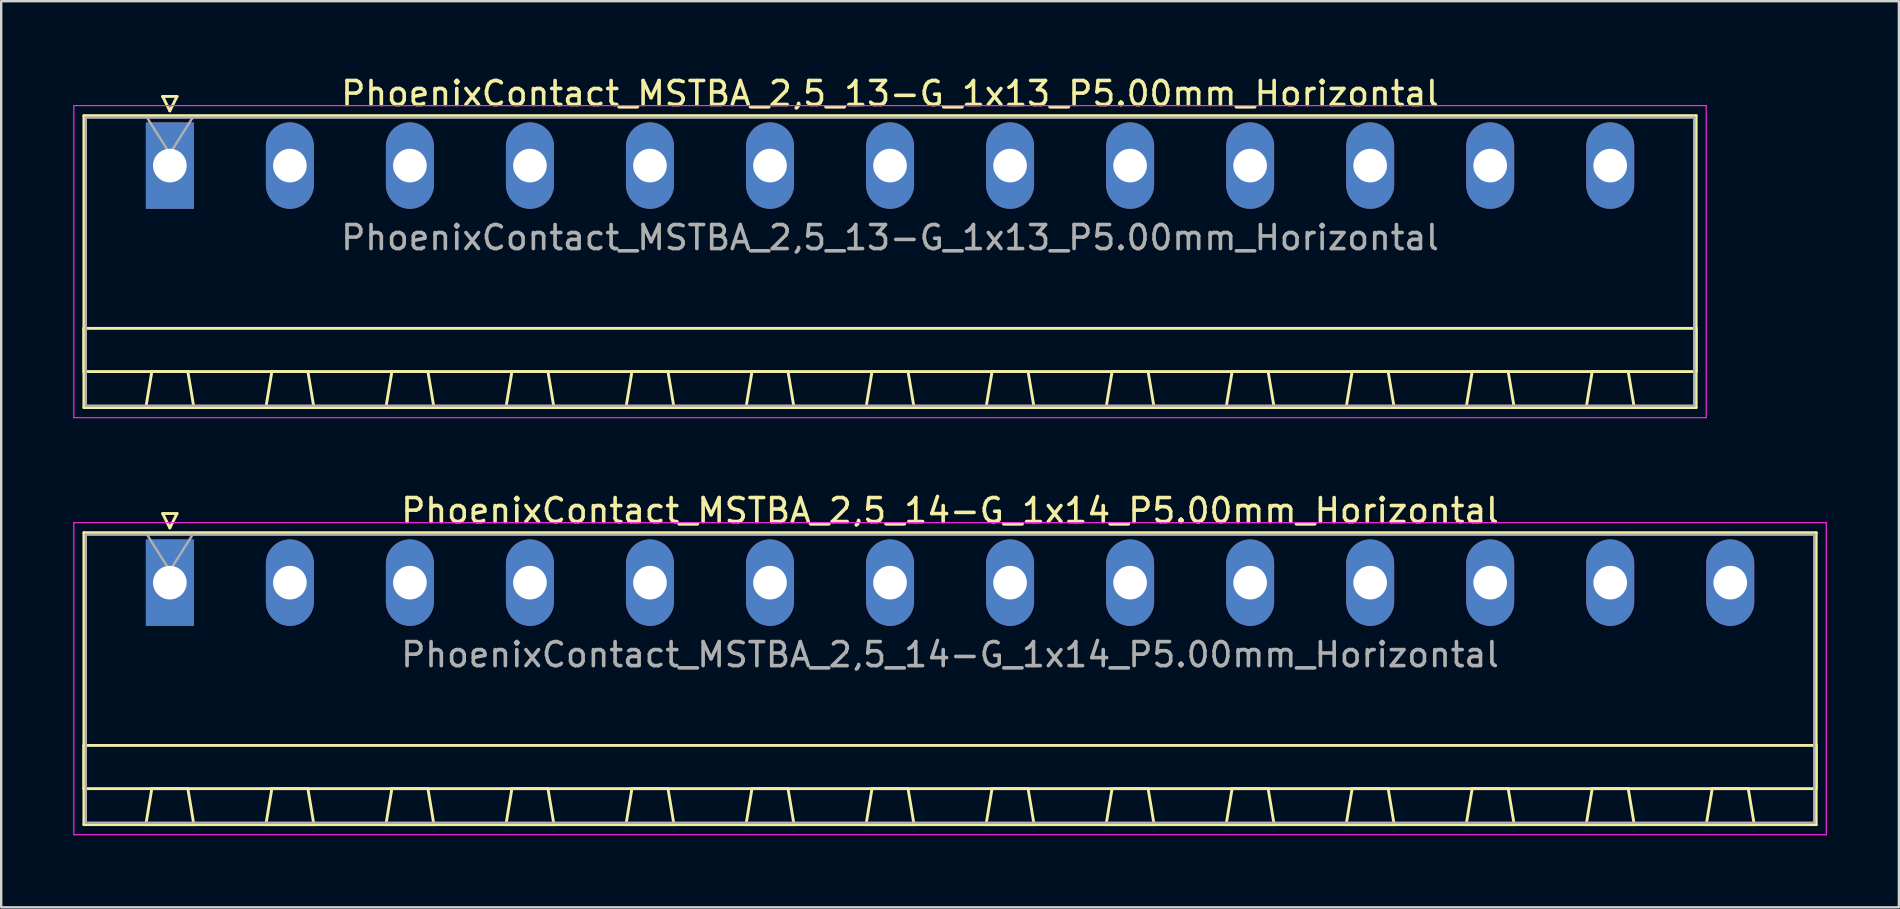
<source format=kicad_pcb>
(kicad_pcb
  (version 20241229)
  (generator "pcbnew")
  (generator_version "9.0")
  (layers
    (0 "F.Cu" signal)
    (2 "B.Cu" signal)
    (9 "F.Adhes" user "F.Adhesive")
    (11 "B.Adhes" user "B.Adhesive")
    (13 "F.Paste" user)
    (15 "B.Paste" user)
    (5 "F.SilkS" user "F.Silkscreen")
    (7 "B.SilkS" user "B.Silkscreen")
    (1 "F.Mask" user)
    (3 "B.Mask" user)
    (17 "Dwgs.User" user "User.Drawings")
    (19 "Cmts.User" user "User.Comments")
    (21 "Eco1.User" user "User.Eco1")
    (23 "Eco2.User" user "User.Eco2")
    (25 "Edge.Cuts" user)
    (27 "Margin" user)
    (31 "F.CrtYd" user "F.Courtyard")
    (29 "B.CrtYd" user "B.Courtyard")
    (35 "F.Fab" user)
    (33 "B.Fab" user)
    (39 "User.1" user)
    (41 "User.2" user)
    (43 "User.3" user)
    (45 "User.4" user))
  (footprint "PhoenixContact_MSTBA_2,5_14-G_1x14_P5.00mm_Horizontal"
    (layer "F.Cu")
    (at 4.025 21.221)
    (property "Reference" "PhoenixContact_MSTBA_2,5_14-G_1x14_P5.00mm_Horizontal" (at 32.5 -3 0) (layer "F.SilkS") (effects (font (size 1 1) (thickness 0.15))))
    (attr through_hole)
    (fp_line (start -3.58 -2.08) (end -3.58 10.08) (stroke (width 0.12) (type solid)) (layer "F.SilkS"))
    (fp_line (start -3.58 6.78) (end 68.58 6.78) (stroke (width 0.12) (type solid)) (layer "F.SilkS"))
    (fp_line (start -3.58 8.58) (end -3.58 6.78) (stroke (width 0.12) (type solid)) (layer "F.SilkS"))
    (fp_line (start -3.58 10.08) (end 68.58 10.08) (stroke (width 0.12) (type solid)) (layer "F.SilkS"))
    (fp_line (start -1 10.08) (end 1 10.08) (stroke (width 0.12) (type solid)) (layer "F.SilkS"))
    (fp_line (start -0.75 8.58) (end -1 10.08) (stroke (width 0.12) (type solid)) (layer "F.SilkS"))
    (fp_line (start -0.3 -2.88) (end 0.3 -2.88) (stroke (width 0.12) (type solid)) (layer "F.SilkS"))
    (fp_line (start 0 -2.28) (end -0.3 -2.88) (stroke (width 0.12) (type solid)) (layer "F.SilkS"))
    (fp_line (start 0.3 -2.88) (end 0 -2.28) (stroke (width 0.12) (type solid)) (layer "F.SilkS"))
    (fp_line (start 0.75 8.58) (end -0.75 8.58) (stroke (width 0.12) (type solid)) (layer "F.SilkS"))
    (fp_line (start 1 10.08) (end 0.75 8.58) (stroke (width 0.12) (type solid)) (layer "F.SilkS"))
    (fp_line (start 4 10.08) (end 6 10.08) (stroke (width 0.12) (type solid)) (layer "F.SilkS"))
    (fp_line (start 4.25 8.58) (end 4 10.08) (stroke (width 0.12) (type solid)) (layer "F.SilkS"))
    (fp_line (start 5.75 8.58) (end 4.25 8.58) (stroke (width 0.12) (type solid)) (layer "F.SilkS"))
    (fp_line (start 6 10.08) (end 5.75 8.58) (stroke (width 0.12) (type solid)) (layer "F.SilkS"))
    (fp_line (start 9 10.08) (end 11 10.08) (stroke (width 0.12) (type solid)) (layer "F.SilkS"))
    (fp_line (start 9.25 8.58) (end 9 10.08) (stroke (width 0.12) (type solid)) (layer "F.SilkS"))
    (fp_line (start 10.75 8.58) (end 9.25 8.58) (stroke (width 0.12) (type solid)) (layer "F.SilkS"))
    (fp_line (start 11 10.08) (end 10.75 8.58) (stroke (width 0.12) (type solid)) (layer "F.SilkS"))
    (fp_line (start 14 10.08) (end 16 10.08) (stroke (width 0.12) (type solid)) (layer "F.SilkS"))
    (fp_line (start 14.25 8.58) (end 14 10.08) (stroke (width 0.12) (type solid)) (layer "F.SilkS"))
    (fp_line (start 15.75 8.58) (end 14.25 8.58) (stroke (width 0.12) (type solid)) (layer "F.SilkS"))
    (fp_line (start 16 10.08) (end 15.75 8.58) (stroke (width 0.12) (type solid)) (layer "F.SilkS"))
    (fp_line (start 19 10.08) (end 21 10.08) (stroke (width 0.12) (type solid)) (layer "F.SilkS"))
    (fp_line (start 19.25 8.58) (end 19 10.08) (stroke (width 0.12) (type solid)) (layer "F.SilkS"))
    (fp_line (start 20.75 8.58) (end 19.25 8.58) (stroke (width 0.12) (type solid)) (layer "F.SilkS"))
    (fp_line (start 21 10.08) (end 20.75 8.58) (stroke (width 0.12) (type solid)) (layer "F.SilkS"))
    (fp_line (start 24 10.08) (end 26 10.08) (stroke (width 0.12) (type solid)) (layer "F.SilkS"))
    (fp_line (start 24.25 8.58) (end 24 10.08) (stroke (width 0.12) (type solid)) (layer "F.SilkS"))
    (fp_line (start 25.75 8.58) (end 24.25 8.58) (stroke (width 0.12) (type solid)) (layer "F.SilkS"))
    (fp_line (start 26 10.08) (end 25.75 8.58) (stroke (width 0.12) (type solid)) (layer "F.SilkS"))
    (fp_line (start 29 10.08) (end 31 10.08) (stroke (width 0.12) (type solid)) (layer "F.SilkS"))
    (fp_line (start 29.25 8.58) (end 29 10.08) (stroke (width 0.12) (type solid)) (layer "F.SilkS"))
    (fp_line (start 30.75 8.58) (end 29.25 8.58) (stroke (width 0.12) (type solid)) (layer "F.SilkS"))
    (fp_line (start 31 10.08) (end 30.75 8.58) (stroke (width 0.12) (type solid)) (layer "F.SilkS"))
    (fp_line (start 34 10.08) (end 36 10.08) (stroke (width 0.12) (type solid)) (layer "F.SilkS"))
    (fp_line (start 34.25 8.58) (end 34 10.08) (stroke (width 0.12) (type solid)) (layer "F.SilkS"))
    (fp_line (start 35.75 8.58) (end 34.25 8.58) (stroke (width 0.12) (type solid)) (layer "F.SilkS"))
    (fp_line (start 36 10.08) (end 35.75 8.58) (stroke (width 0.12) (type solid)) (layer "F.SilkS"))
    (fp_line (start 39 10.08) (end 41 10.08) (stroke (width 0.12) (type solid)) (layer "F.SilkS"))
    (fp_line (start 39.25 8.58) (end 39 10.08) (stroke (width 0.12) (type solid)) (layer "F.SilkS"))
    (fp_line (start 40.75 8.58) (end 39.25 8.58) (stroke (width 0.12) (type solid)) (layer "F.SilkS"))
    (fp_line (start 41 10.08) (end 40.75 8.58) (stroke (width 0.12) (type solid)) (layer "F.SilkS"))
    (fp_line (start 44 10.08) (end 46 10.08) (stroke (width 0.12) (type solid)) (layer "F.SilkS"))
    (fp_line (start 44.25 8.58) (end 44 10.08) (stroke (width 0.12) (type solid)) (layer "F.SilkS"))
    (fp_line (start 45.75 8.58) (end 44.25 8.58) (stroke (width 0.12) (type solid)) (layer "F.SilkS"))
    (fp_line (start 46 10.08) (end 45.75 8.58) (stroke (width 0.12) (type solid)) (layer "F.SilkS"))
    (fp_line (start 49 10.08) (end 51 10.08) (stroke (width 0.12) (type solid)) (layer "F.SilkS"))
    (fp_line (start 49.25 8.58) (end 49 10.08) (stroke (width 0.12) (type solid)) (layer "F.SilkS"))
    (fp_line (start 50.75 8.58) (end 49.25 8.58) (stroke (width 0.12) (type solid)) (layer "F.SilkS"))
    (fp_line (start 51 10.08) (end 50.75 8.58) (stroke (width 0.12) (type solid)) (layer "F.SilkS"))
    (fp_line (start 54 10.08) (end 56 10.08) (stroke (width 0.12) (type solid)) (layer "F.SilkS"))
    (fp_line (start 54.25 8.58) (end 54 10.08) (stroke (width 0.12) (type solid)) (layer "F.SilkS"))
    (fp_line (start 55.75 8.58) (end 54.25 8.58) (stroke (width 0.12) (type solid)) (layer "F.SilkS"))
    (fp_line (start 56 10.08) (end 55.75 8.58) (stroke (width 0.12) (type solid)) (layer "F.SilkS"))
    (fp_line (start 59 10.08) (end 61 10.08) (stroke (width 0.12) (type solid)) (layer "F.SilkS"))
    (fp_line (start 59.25 8.58) (end 59 10.08) (stroke (width 0.12) (type solid)) (layer "F.SilkS"))
    (fp_line (start 60.75 8.58) (end 59.25 8.58) (stroke (width 0.12) (type solid)) (layer "F.SilkS"))
    (fp_line (start 61 10.08) (end 60.75 8.58) (stroke (width 0.12) (type solid)) (layer "F.SilkS"))
    (fp_line (start 64 10.08) (end 66 10.08) (stroke (width 0.12) (type solid)) (layer "F.SilkS"))
    (fp_line (start 64.25 8.58) (end 64 10.08) (stroke (width 0.12) (type solid)) (layer "F.SilkS"))
    (fp_line (start 65.75 8.58) (end 64.25 8.58) (stroke (width 0.12) (type solid)) (layer "F.SilkS"))
    (fp_line (start 66 10.08) (end 65.75 8.58) (stroke (width 0.12) (type solid)) (layer "F.SilkS"))
    (fp_line (start 68.58 -2.08) (end -3.58 -2.08) (stroke (width 0.12) (type solid)) (layer "F.SilkS"))
    (fp_line (start 68.58 6.78) (end 68.58 8.58) (stroke (width 0.12) (type solid)) (layer "F.SilkS"))
    (fp_line (start 68.58 8.58) (end -3.58 8.58) (stroke (width 0.12) (type solid)) (layer "F.SilkS"))
    (fp_line (start 68.58 10.08) (end 68.58 -2.08) (stroke (width 0.12) (type solid)) (layer "F.SilkS"))
    (fp_line (start -4 -2.5) (end -4 10.5) (stroke (width 0.05) (type solid)) (layer "F.CrtYd"))
    (fp_line (start -4 10.5) (end 69 10.5) (stroke (width 0.05) (type solid)) (layer "F.CrtYd"))
    (fp_line (start 69 -2.5) (end -4 -2.5) (stroke (width 0.05) (type solid)) (layer "F.CrtYd"))
    (fp_line (start 69 10.5) (end 69 -2.5) (stroke (width 0.05) (type solid)) (layer "F.CrtYd"))
    (fp_line (start -3.5 -2) (end -3.5 10) (stroke (width 0.1) (type solid)) (layer "F.Fab"))
    (fp_line (start -3.5 10) (end 68.5 10) (stroke (width 0.1) (type solid)) (layer "F.Fab"))
    (fp_line (start 0 -0.5) (end -0.95 -2) (stroke (width 0.1) (type solid)) (layer "F.Fab"))
    (fp_line (start 0.95 -2) (end 0 -0.5) (stroke (width 0.1) (type solid)) (layer "F.Fab"))
    (fp_line (start 68.5 -2) (end -3.5 -2) (stroke (width 0.1) (type solid)) (layer "F.Fab"))
    (fp_line (start 68.5 10) (end 68.5 -2) (stroke (width 0.1) (type solid)) (layer "F.Fab"))
    (fp_text user "${REFERENCE}" (at 32.5 3 0) (layer "F.Fab") (effects (font (size 1 1) (thickness 0.15))))
    (pad "1" thru_hole rect (at 0 0) (size 2 3.6) (drill 1.4) (layers "*.Cu" "*.Mask"))
    (pad "2" thru_hole oval (at 5 0) (size 2 3.6) (drill 1.4) (layers "*.Cu" "*.Mask"))
    (pad "3" thru_hole oval (at 10 0) (size 2 3.6) (drill 1.4) (layers "*.Cu" "*.Mask"))
    (pad "4" thru_hole oval (at 15 0) (size 2 3.6) (drill 1.4) (layers "*.Cu" "*.Mask"))
    (pad "5" thru_hole oval (at 20 0) (size 2 3.6) (drill 1.4) (layers "*.Cu" "*.Mask"))
    (pad "6" thru_hole oval (at 25 0) (size 2 3.6) (drill 1.4) (layers "*.Cu" "*.Mask"))
    (pad "7" thru_hole oval (at 30 0) (size 2 3.6) (drill 1.4) (layers "*.Cu" "*.Mask"))
    (pad "8" thru_hole oval (at 35 0) (size 2 3.6) (drill 1.4) (layers "*.Cu" "*.Mask"))
    (pad "9" thru_hole oval (at 40 0) (size 2 3.6) (drill 1.4) (layers "*.Cu" "*.Mask"))
    (pad "10" thru_hole oval (at 45 0) (size 2 3.6) (drill 1.4) (layers "*.Cu" "*.Mask"))
    (pad "11" thru_hole oval (at 50 0) (size 2 3.6) (drill 1.4) (layers "*.Cu" "*.Mask"))
    (pad "12" thru_hole oval (at 55 0) (size 2 3.6) (drill 1.4) (layers "*.Cu" "*.Mask"))
    (pad "13" thru_hole oval (at 60 0) (size 2 3.6) (drill 1.4) (layers "*.Cu" "*.Mask"))
    (pad "14" thru_hole oval (at 65 0) (size 2 3.6) (drill 1.4) (layers "*.Cu" "*.Mask")))
  (footprint "PhoenixContact_MSTBA_2,5_13-G_1x13_P5.00mm_Horizontal"
    (layer "F.Cu")
    (at 4.025 3.848)
    (property "Reference" "PhoenixContact_MSTBA_2,5_13-G_1x13_P5.00mm_Horizontal" (at 30 -3 0) (layer "F.SilkS") (effects (font (size 1 1) (thickness 0.15))))
    (attr through_hole)
    (fp_line (start -3.58 -2.08) (end -3.58 10.08) (stroke (width 0.12) (type solid)) (layer "F.SilkS"))
    (fp_line (start -3.58 6.78) (end 63.58 6.78) (stroke (width 0.12) (type solid)) (layer "F.SilkS"))
    (fp_line (start -3.58 8.58) (end -3.58 6.78) (stroke (width 0.12) (type solid)) (layer "F.SilkS"))
    (fp_line (start -3.58 10.08) (end 63.58 10.08) (stroke (width 0.12) (type solid)) (layer "F.SilkS"))
    (fp_line (start -1 10.08) (end 1 10.08) (stroke (width 0.12) (type solid)) (layer "F.SilkS"))
    (fp_line (start -0.75 8.58) (end -1 10.08) (stroke (width 0.12) (type solid)) (layer "F.SilkS"))
    (fp_line (start -0.3 -2.88) (end 0.3 -2.88) (stroke (width 0.12) (type solid)) (layer "F.SilkS"))
    (fp_line (start 0 -2.28) (end -0.3 -2.88) (stroke (width 0.12) (type solid)) (layer "F.SilkS"))
    (fp_line (start 0.3 -2.88) (end 0 -2.28) (stroke (width 0.12) (type solid)) (layer "F.SilkS"))
    (fp_line (start 0.75 8.58) (end -0.75 8.58) (stroke (width 0.12) (type solid)) (layer "F.SilkS"))
    (fp_line (start 1 10.08) (end 0.75 8.58) (stroke (width 0.12) (type solid)) (layer "F.SilkS"))
    (fp_line (start 4 10.08) (end 6 10.08) (stroke (width 0.12) (type solid)) (layer "F.SilkS"))
    (fp_line (start 4.25 8.58) (end 4 10.08) (stroke (width 0.12) (type solid)) (layer "F.SilkS"))
    (fp_line (start 5.75 8.58) (end 4.25 8.58) (stroke (width 0.12) (type solid)) (layer "F.SilkS"))
    (fp_line (start 6 10.08) (end 5.75 8.58) (stroke (width 0.12) (type solid)) (layer "F.SilkS"))
    (fp_line (start 9 10.08) (end 11 10.08) (stroke (width 0.12) (type solid)) (layer "F.SilkS"))
    (fp_line (start 9.25 8.58) (end 9 10.08) (stroke (width 0.12) (type solid)) (layer "F.SilkS"))
    (fp_line (start 10.75 8.58) (end 9.25 8.58) (stroke (width 0.12) (type solid)) (layer "F.SilkS"))
    (fp_line (start 11 10.08) (end 10.75 8.58) (stroke (width 0.12) (type solid)) (layer "F.SilkS"))
    (fp_line (start 14 10.08) (end 16 10.08) (stroke (width 0.12) (type solid)) (layer "F.SilkS"))
    (fp_line (start 14.25 8.58) (end 14 10.08) (stroke (width 0.12) (type solid)) (layer "F.SilkS"))
    (fp_line (start 15.75 8.58) (end 14.25 8.58) (stroke (width 0.12) (type solid)) (layer "F.SilkS"))
    (fp_line (start 16 10.08) (end 15.75 8.58) (stroke (width 0.12) (type solid)) (layer "F.SilkS"))
    (fp_line (start 19 10.08) (end 21 10.08) (stroke (width 0.12) (type solid)) (layer "F.SilkS"))
    (fp_line (start 19.25 8.58) (end 19 10.08) (stroke (width 0.12) (type solid)) (layer "F.SilkS"))
    (fp_line (start 20.75 8.58) (end 19.25 8.58) (stroke (width 0.12) (type solid)) (layer "F.SilkS"))
    (fp_line (start 21 10.08) (end 20.75 8.58) (stroke (width 0.12) (type solid)) (layer "F.SilkS"))
    (fp_line (start 24 10.08) (end 26 10.08) (stroke (width 0.12) (type solid)) (layer "F.SilkS"))
    (fp_line (start 24.25 8.58) (end 24 10.08) (stroke (width 0.12) (type solid)) (layer "F.SilkS"))
    (fp_line (start 25.75 8.58) (end 24.25 8.58) (stroke (width 0.12) (type solid)) (layer "F.SilkS"))
    (fp_line (start 26 10.08) (end 25.75 8.58) (stroke (width 0.12) (type solid)) (layer "F.SilkS"))
    (fp_line (start 29 10.08) (end 31 10.08) (stroke (width 0.12) (type solid)) (layer "F.SilkS"))
    (fp_line (start 29.25 8.58) (end 29 10.08) (stroke (width 0.12) (type solid)) (layer "F.SilkS"))
    (fp_line (start 30.75 8.58) (end 29.25 8.58) (stroke (width 0.12) (type solid)) (layer "F.SilkS"))
    (fp_line (start 31 10.08) (end 30.75 8.58) (stroke (width 0.12) (type solid)) (layer "F.SilkS"))
    (fp_line (start 34 10.08) (end 36 10.08) (stroke (width 0.12) (type solid)) (layer "F.SilkS"))
    (fp_line (start 34.25 8.58) (end 34 10.08) (stroke (width 0.12) (type solid)) (layer "F.SilkS"))
    (fp_line (start 35.75 8.58) (end 34.25 8.58) (stroke (width 0.12) (type solid)) (layer "F.SilkS"))
    (fp_line (start 36 10.08) (end 35.75 8.58) (stroke (width 0.12) (type solid)) (layer "F.SilkS"))
    (fp_line (start 39 10.08) (end 41 10.08) (stroke (width 0.12) (type solid)) (layer "F.SilkS"))
    (fp_line (start 39.25 8.58) (end 39 10.08) (stroke (width 0.12) (type solid)) (layer "F.SilkS"))
    (fp_line (start 40.75 8.58) (end 39.25 8.58) (stroke (width 0.12) (type solid)) (layer "F.SilkS"))
    (fp_line (start 41 10.08) (end 40.75 8.58) (stroke (width 0.12) (type solid)) (layer "F.SilkS"))
    (fp_line (start 44 10.08) (end 46 10.08) (stroke (width 0.12) (type solid)) (layer "F.SilkS"))
    (fp_line (start 44.25 8.58) (end 44 10.08) (stroke (width 0.12) (type solid)) (layer "F.SilkS"))
    (fp_line (start 45.75 8.58) (end 44.25 8.58) (stroke (width 0.12) (type solid)) (layer "F.SilkS"))
    (fp_line (start 46 10.08) (end 45.75 8.58) (stroke (width 0.12) (type solid)) (layer "F.SilkS"))
    (fp_line (start 49 10.08) (end 51 10.08) (stroke (width 0.12) (type solid)) (layer "F.SilkS"))
    (fp_line (start 49.25 8.58) (end 49 10.08) (stroke (width 0.12) (type solid)) (layer "F.SilkS"))
    (fp_line (start 50.75 8.58) (end 49.25 8.58) (stroke (width 0.12) (type solid)) (layer "F.SilkS"))
    (fp_line (start 51 10.08) (end 50.75 8.58) (stroke (width 0.12) (type solid)) (layer "F.SilkS"))
    (fp_line (start 54 10.08) (end 56 10.08) (stroke (width 0.12) (type solid)) (layer "F.SilkS"))
    (fp_line (start 54.25 8.58) (end 54 10.08) (stroke (width 0.12) (type solid)) (layer "F.SilkS"))
    (fp_line (start 55.75 8.58) (end 54.25 8.58) (stroke (width 0.12) (type solid)) (layer "F.SilkS"))
    (fp_line (start 56 10.08) (end 55.75 8.58) (stroke (width 0.12) (type solid)) (layer "F.SilkS"))
    (fp_line (start 59 10.08) (end 61 10.08) (stroke (width 0.12) (type solid)) (layer "F.SilkS"))
    (fp_line (start 59.25 8.58) (end 59 10.08) (stroke (width 0.12) (type solid)) (layer "F.SilkS"))
    (fp_line (start 60.75 8.58) (end 59.25 8.58) (stroke (width 0.12) (type solid)) (layer "F.SilkS"))
    (fp_line (start 61 10.08) (end 60.75 8.58) (stroke (width 0.12) (type solid)) (layer "F.SilkS"))
    (fp_line (start 63.58 -2.08) (end -3.58 -2.08) (stroke (width 0.12) (type solid)) (layer "F.SilkS"))
    (fp_line (start 63.58 6.78) (end 63.58 8.58) (stroke (width 0.12) (type solid)) (layer "F.SilkS"))
    (fp_line (start 63.58 8.58) (end -3.58 8.58) (stroke (width 0.12) (type solid)) (layer "F.SilkS"))
    (fp_line (start 63.58 10.08) (end 63.58 -2.08) (stroke (width 0.12) (type solid)) (layer "F.SilkS"))
    (fp_line (start -4 -2.5) (end -4 10.5) (stroke (width 0.05) (type solid)) (layer "F.CrtYd"))
    (fp_line (start -4 10.5) (end 64 10.5) (stroke (width 0.05) (type solid)) (layer "F.CrtYd"))
    (fp_line (start 64 -2.5) (end -4 -2.5) (stroke (width 0.05) (type solid)) (layer "F.CrtYd"))
    (fp_line (start 64 10.5) (end 64 -2.5) (stroke (width 0.05) (type solid)) (layer "F.CrtYd"))
    (fp_line (start -3.5 -2) (end -3.5 10) (stroke (width 0.1) (type solid)) (layer "F.Fab"))
    (fp_line (start -3.5 10) (end 63.5 10) (stroke (width 0.1) (type solid)) (layer "F.Fab"))
    (fp_line (start 0 -0.5) (end -0.95 -2) (stroke (width 0.1) (type solid)) (layer "F.Fab"))
    (fp_line (start 0.95 -2) (end 0 -0.5) (stroke (width 0.1) (type solid)) (layer "F.Fab"))
    (fp_line (start 63.5 -2) (end -3.5 -2) (stroke (width 0.1) (type solid)) (layer "F.Fab"))
    (fp_line (start 63.5 10) (end 63.5 -2) (stroke (width 0.1) (type solid)) (layer "F.Fab"))
    (fp_text user "${REFERENCE}" (at 30 3 0) (layer "F.Fab") (effects (font (size 1 1) (thickness 0.15))))
    (pad "1" thru_hole rect (at 0 0) (size 2 3.6) (drill 1.4) (layers "*.Cu" "*.Mask"))
    (pad "2" thru_hole oval (at 5 0) (size 2 3.6) (drill 1.4) (layers "*.Cu" "*.Mask"))
    (pad "3" thru_hole oval (at 10 0) (size 2 3.6) (drill 1.4) (layers "*.Cu" "*.Mask"))
    (pad "4" thru_hole oval (at 15 0) (size 2 3.6) (drill 1.4) (layers "*.Cu" "*.Mask"))
    (pad "5" thru_hole oval (at 20 0) (size 2 3.6) (drill 1.4) (layers "*.Cu" "*.Mask"))
    (pad "6" thru_hole oval (at 25 0) (size 2 3.6) (drill 1.4) (layers "*.Cu" "*.Mask"))
    (pad "7" thru_hole oval (at 30 0) (size 2 3.6) (drill 1.4) (layers "*.Cu" "*.Mask"))
    (pad "8" thru_hole oval (at 35 0) (size 2 3.6) (drill 1.4) (layers "*.Cu" "*.Mask"))
    (pad "9" thru_hole oval (at 40 0) (size 2 3.6) (drill 1.4) (layers "*.Cu" "*.Mask"))
    (pad "10" thru_hole oval (at 45 0) (size 2 3.6) (drill 1.4) (layers "*.Cu" "*.Mask"))
    (pad "11" thru_hole oval (at 50 0) (size 2 3.6) (drill 1.4) (layers "*.Cu" "*.Mask"))
    (pad "12" thru_hole oval (at 55 0) (size 2 3.6) (drill 1.4) (layers "*.Cu" "*.Mask"))
    (pad "13" thru_hole oval (at 60 0) (size 2 3.6) (drill 1.4) (layers "*.Cu" "*.Mask")))
  (gr_rect
    (start -3 -3)
    (end 76.05 34.746)
    (stroke (width 0.1) (type default))
    (fill no)
    (layer "Edge.Cuts")))
</source>
